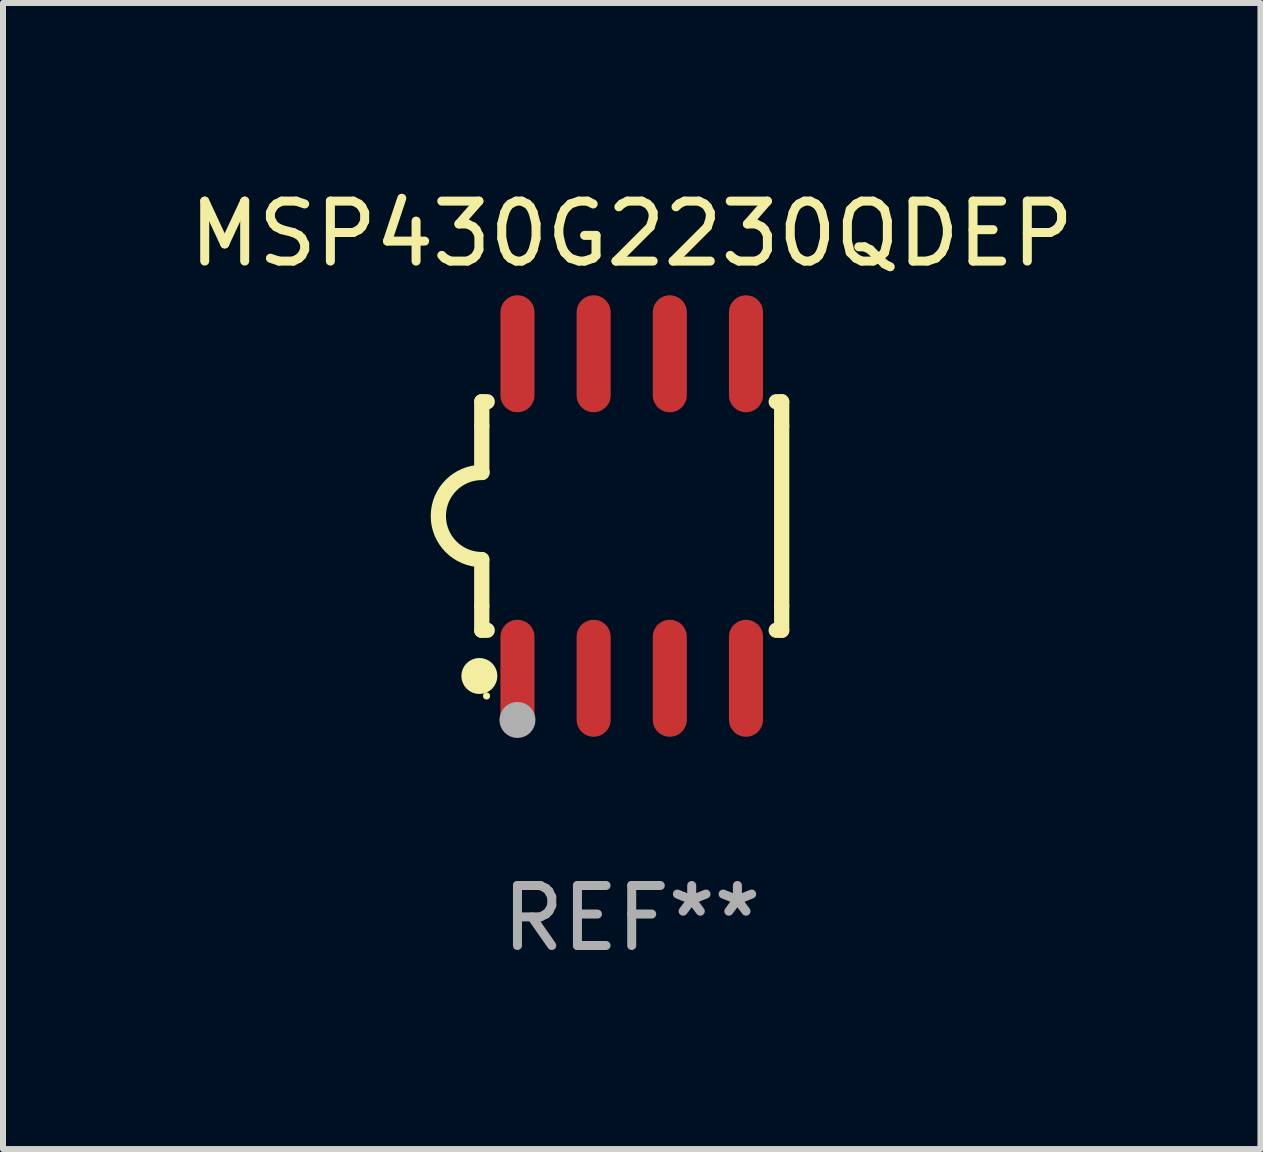
<source format=kicad_pcb>
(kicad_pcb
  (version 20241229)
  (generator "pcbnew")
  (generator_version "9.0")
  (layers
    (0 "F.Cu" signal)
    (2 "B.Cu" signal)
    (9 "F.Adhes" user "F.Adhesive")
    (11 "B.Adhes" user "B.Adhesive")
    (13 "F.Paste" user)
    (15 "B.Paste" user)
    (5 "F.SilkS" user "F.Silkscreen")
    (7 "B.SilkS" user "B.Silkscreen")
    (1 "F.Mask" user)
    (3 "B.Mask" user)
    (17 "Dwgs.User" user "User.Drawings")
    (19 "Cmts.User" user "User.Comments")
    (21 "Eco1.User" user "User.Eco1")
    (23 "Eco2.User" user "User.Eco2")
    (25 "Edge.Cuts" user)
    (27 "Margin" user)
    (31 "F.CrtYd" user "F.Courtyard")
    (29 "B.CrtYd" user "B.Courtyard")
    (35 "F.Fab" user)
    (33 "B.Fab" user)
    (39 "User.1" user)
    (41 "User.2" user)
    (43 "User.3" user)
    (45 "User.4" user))
  (footprint "MSP430G2230QDEP"
    (layer "F.Cu")
    (at 7.482 5.553)
    (property "Reference" "MSP430G2230QDEP" (at 0 -4.705 0) (layer "F.SilkS") (effects (font (size 1 1) (thickness 0.15))))
    (attr through_hole)
    (fp_line (start -2.5 -1.905) (end -2.409 -1.905) (stroke (width 0.254) (type solid)) (layer "F.SilkS"))
    (fp_line (start -2.5 -1.5) (end -2.5 -1.905) (stroke (width 0.254) (type solid)) (layer "F.SilkS"))
    (fp_line (start -2.5 -1.5) (end -2.5 -0.726) (stroke (width 0.254) (type solid)) (layer "F.SilkS"))
    (fp_line (start -2.5 1.5) (end -2.5 0.727) (stroke (width 0.254) (type solid)) (layer "F.SilkS"))
    (fp_line (start -2.5 1.5) (end -2.5 1.905) (stroke (width 0.254) (type solid)) (layer "F.SilkS"))
    (fp_line (start -2.5 1.905) (end -2.409 1.905) (stroke (width 0.254) (type solid)) (layer "F.SilkS"))
    (fp_line (start 2.5 -1.905) (end 2.409 -1.905) (stroke (width 0.254) (type solid)) (layer "F.SilkS"))
    (fp_line (start 2.5 -1.5) (end 2.5 -1.905) (stroke (width 0.254) (type solid)) (layer "F.SilkS"))
    (fp_line (start 2.5 -1.5) (end 2.5 1.5) (stroke (width 0.254) (type solid)) (layer "F.SilkS"))
    (fp_line (start 2.5 1.5) (end 2.5 1.905) (stroke (width 0.254) (type solid)) (layer "F.SilkS"))
    (fp_line (start 2.5 1.905) (end 2.409 1.905) (stroke (width 0.254) (type solid)) (layer "F.SilkS"))
    (fp_arc (start -2.5 0.726568) (mid -3.220316 -0.0023) (end -2.495097 -0.726289) (stroke (width 0.254001) (type solid)) (layer "F.SilkS"))
    (fp_circle (center -2.54 2.667) (end -2.39 2.667) (stroke (width 0.3) (type solid)) (fill no) (layer "F.SilkS"))
    (fp_circle (center -2.42 3) (end -2.39 3) (stroke (width 0.06) (type solid)) (fill no) (layer "F.SilkS"))
    (fp_circle (center -1.905 3.4) (end -1.755 3.4) (stroke (width 0.3) (type solid)) (fill no) (layer "F.Fab"))
    (fp_text user "REF**" (at 0 6.705 0) (layer "F.Fab") (effects (font (size 1 1) (thickness 0.15))))
    (pad "1" smd oval (at -1.905 2.705) (size 0.568 1.95) (layers "F.Cu" "F.Mask" "F.Paste"))
    (pad "2" smd oval (at -0.635 2.705) (size 0.568 1.95) (layers "F.Cu" "F.Mask" "F.Paste"))
    (pad "3" smd oval (at 0.635 2.705) (size 0.568 1.95) (layers "F.Cu" "F.Mask" "F.Paste"))
    (pad "4" smd oval (at 1.905 2.705) (size 0.568 1.95) (layers "F.Cu" "F.Mask" "F.Paste"))
    (pad "5" smd oval (at 1.905 -2.705) (size 0.568 1.95) (layers "F.Cu" "F.Mask" "F.Paste"))
    (pad "6" smd oval (at 0.635 -2.705) (size 0.568 1.95) (layers "F.Cu" "F.Mask" "F.Paste"))
    (pad "7" smd oval (at -0.635 -2.705) (size 0.568 1.95) (layers "F.Cu" "F.Mask" "F.Paste"))
    (pad "8" smd oval (at -1.905 -2.705) (size 0.568 1.95) (layers "F.Cu" "F.Mask" "F.Paste")))
  (gr_rect
    (start -3 -3)
    (end 17.964 16.107)
    (stroke (width 0.1) (type default))
    (fill no)
    (layer "Edge.Cuts")))
</source>
